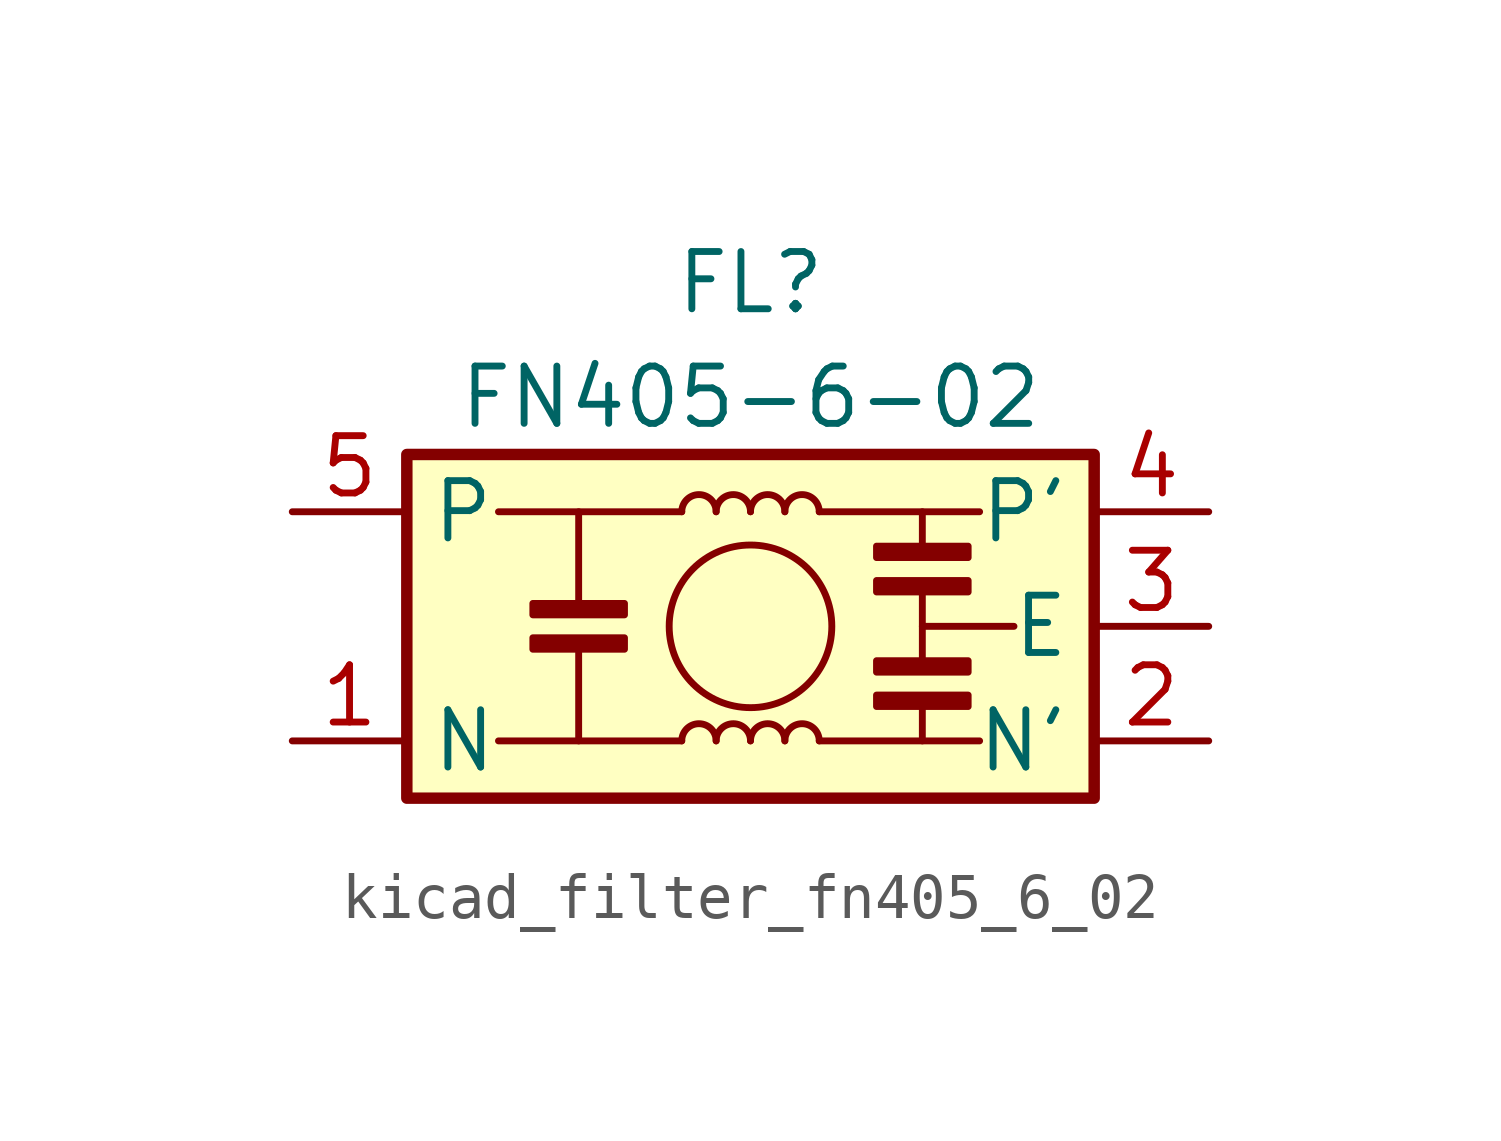
<source format=kicad_sym>
(kicad_symbol_lib
  (version 20220914)
  (generator kicad_symbol_editor)
  (symbol "kicad_filter_fn405_6_02"
    (property "Reference" "FL"
      (at 0 7.62 0)
      (effects (font (size 1.27 1.27))))
    (property "Value" "FN405-6-02"
      (at 0 5.08 0)
      (effects (font (size 1.27 1.27))))
    (symbol "kicad_filter_fn405_6_02_0_1"
      (rectangle (start -7.62 3.81) (end 7.62 -3.81) (stroke (width 0.254) (type default)) (fill (type background)))
      (rectangle (start -4.826 -0.254) (end -2.794 -0.508) (stroke (width 0) (type default)) (fill (type outline)))
      (rectangle (start -4.826 0.254) (end -2.794 0.508) (stroke (width 0) (type default)) (fill (type outline)))
      (arc (start -0.762 -2.54) (mid -1.143 -2.1606) (end -1.524 -2.54) (stroke (width 0) (type default)) (fill (type none)))
      (arc (start -0.762 2.54) (mid -1.143 2.9194) (end -1.524 2.54) (stroke (width 0) (type default)) (fill (type none)))
      (arc (start 0 -2.54) (mid -0.381 -2.1606) (end -0.762 -2.54) (stroke (width 0) (type default)) (fill (type none)))
      (polyline (pts (xy -3.81 -0.508) (xy -3.81 -2.54)) (stroke (width 0) (type default)) (fill (type none)))
      (polyline (pts (xy -3.81 0.508) (xy -3.81 2.54)) (stroke (width 0) (type default)) (fill (type none)))
      (polyline (pts (xy -1.524 -2.54) (xy -5.588 -2.54)) (stroke (width 0) (type default)) (fill (type none)))
      (polyline (pts (xy -1.524 2.54) (xy -5.588 2.54)) (stroke (width 0) (type default)) (fill (type none)))
      (polyline (pts (xy 1.524 -2.54) (xy 5.08 -2.54)) (stroke (width 0) (type default)) (fill (type none)))
      (polyline (pts (xy 3.81 -1.778) (xy 3.81 -2.54)) (stroke (width 0) (type default)) (fill (type none)))
      (polyline (pts (xy 3.81 0) (xy 5.842 0)) (stroke (width 0) (type default)) (fill (type none)))
      (polyline (pts (xy 3.81 0.762) (xy 3.81 -0.762)) (stroke (width 0) (type default)) (fill (type none)))
      (polyline (pts (xy 3.81 1.778) (xy 3.81 2.54)) (stroke (width 0) (type default)) (fill (type none)))
      (polyline (pts (xy 5.08 2.54) (xy 1.524 2.54)) (stroke (width 0) (type default)) (fill (type none)))
      (circle (center 0 0) (radius 1.803) (stroke (width 0) (type default)) (fill (type none)))
      (arc (start 0 2.54) (mid -0.381 2.9194) (end -0.762 2.54) (stroke (width 0) (type default)) (fill (type none)))
      (arc (start 0.762 -2.54) (mid 0.381 -2.1606) (end 0 -2.54) (stroke (width 0) (type default)) (fill (type none)))
      (arc (start 0.762 2.54) (mid 0.381 2.9194) (end 0 2.54) (stroke (width 0) (type default)) (fill (type none)))
      (arc (start 1.524 -2.54) (mid 1.143 -2.1606) (end 0.762 -2.54) (stroke (width 0) (type default)) (fill (type none)))
      (arc (start 1.524 2.54) (mid 1.143 2.9194) (end 0.762 2.54) (stroke (width 0) (type default)) (fill (type none)))
      (rectangle (start 2.794 -1.524) (end 4.826 -1.778) (stroke (width 0) (type default)) (fill (type outline)))
      (rectangle (start 2.794 -1.016) (end 4.826 -0.762) (stroke (width 0) (type default)) (fill (type outline)))
      (rectangle (start 2.794 1.016) (end 4.826 0.762) (stroke (width 0) (type default)) (fill (type outline)))
      (rectangle (start 2.794 1.524) (end 4.826 1.778) (stroke (width 0) (type default)) (fill (type outline))))
    (symbol "kicad_filter_fn405_6_02_1_1"
      (pin passive line (at -10.16 -2.54 0) (length 2.54) (name "N" (effects (font (size 1.27 1.27)))) (number "1" (effects (font (size 1.27 1.27)))))
      (pin passive line (at 10.16 -2.54 180) (length 2.54) (name "N'" (effects (font (size 1.27 1.27)))) (number "2" (effects (font (size 1.27 1.27)))))
      (pin passive line (at 10.16 0 180) (length 2.54) (name "E" (effects (font (size 1.27 1.27)))) (number "3" (effects (font (size 1.27 1.27)))))
      (pin passive line (at 10.16 2.54 180) (length 2.54) (name "P'" (effects (font (size 1.27 1.27)))) (number "4" (effects (font (size 1.27 1.27)))))
      (pin passive line (at -10.16 2.54 0) (length 2.54) (name "P" (effects (font (size 1.27 1.27)))) (number "5" (effects (font (size 1.27 1.27))))))))
</source>
